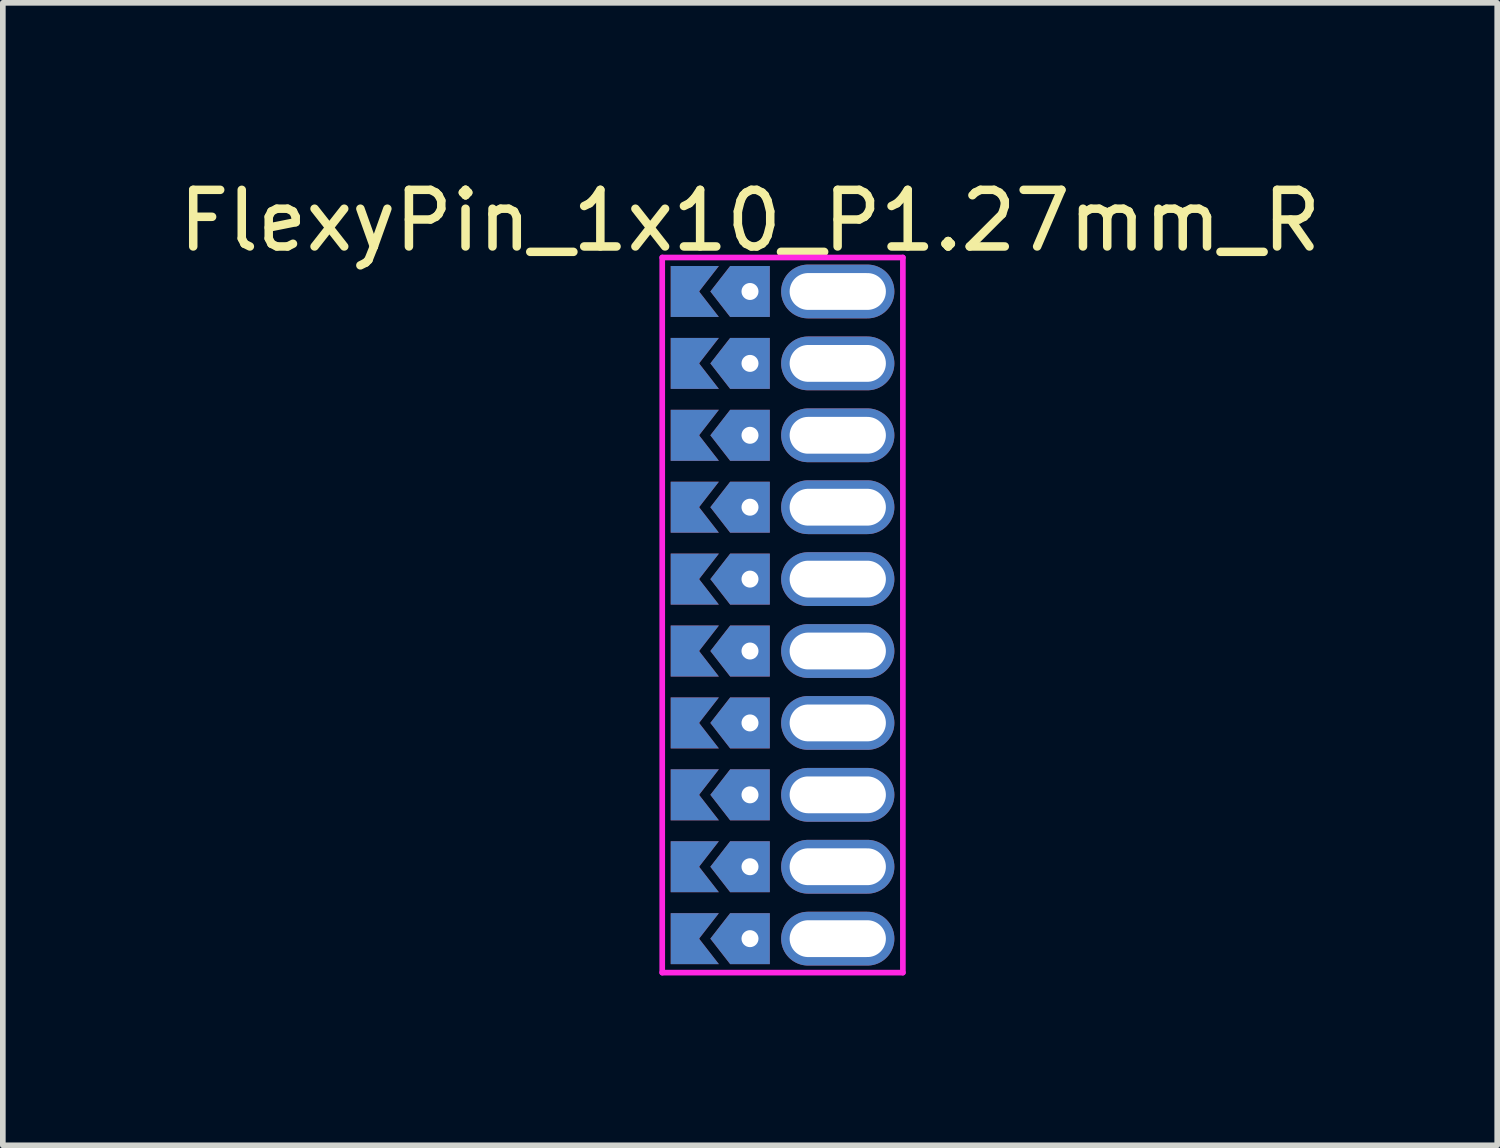
<source format=kicad_pcb>
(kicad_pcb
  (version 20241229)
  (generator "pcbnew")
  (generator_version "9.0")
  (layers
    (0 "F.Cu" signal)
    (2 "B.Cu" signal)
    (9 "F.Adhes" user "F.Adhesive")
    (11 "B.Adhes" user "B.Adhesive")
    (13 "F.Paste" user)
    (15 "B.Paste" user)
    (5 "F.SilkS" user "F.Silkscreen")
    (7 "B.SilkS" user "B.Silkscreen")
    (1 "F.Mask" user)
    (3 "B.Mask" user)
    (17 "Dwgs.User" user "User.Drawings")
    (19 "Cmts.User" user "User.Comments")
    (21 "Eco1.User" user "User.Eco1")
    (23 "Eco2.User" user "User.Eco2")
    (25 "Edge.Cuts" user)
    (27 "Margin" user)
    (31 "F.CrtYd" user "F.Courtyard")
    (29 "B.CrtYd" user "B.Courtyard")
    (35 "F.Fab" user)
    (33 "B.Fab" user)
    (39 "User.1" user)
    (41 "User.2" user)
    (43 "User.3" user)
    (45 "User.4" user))
  (footprint "FlexyPin_1x10_P1.27mm_R"
    (layer "F.Cu")
    (at 10.196 2.098)
    (property "Reference" "FlexyPin_1x10_P1.27mm_R" (at 0 -1.25 0) (layer "F.SilkS") (effects (font (size 1 1) (thickness 0.15))))
    (attr through_hole)
    (fp_line (start -1.55 -0.6) (end 2.7 -0.6) (stroke (width 0.1) (type solid)) (layer "F.CrtYd"))
    (fp_line (start -1.55 12.03) (end -1.55 -0.6) (stroke (width 0.1) (type solid)) (layer "F.CrtYd"))
    (fp_line (start 2.7 -0.6) (end 2.7 12.03) (stroke (width 0.1) (type solid)) (layer "F.CrtYd"))
    (fp_line (start 2.7 12.03) (end -1.55 12.03) (stroke (width 0.1) (type solid)) (layer "F.CrtYd"))
    (pad "" thru_hole custom (at 0 0) (size 0.3 0.3) (drill 0.6) (layers "*.Cu" "*.Mask") (options (anchor rect)) (primitives (gr_poly (pts (xy 0.35 0.45) (xy 0.35 -0.45) (xy -0.35 -0.45) (xy -0.7 0) (xy -0.35 0.45)) (width 0) (fill yes))))
    (pad "" thru_hole custom (at 0 1.27) (size 0.3 0.3) (drill 0.6) (layers "*.Cu" "*.Mask") (options (anchor rect)) (primitives (gr_poly (pts (xy 0.35 0.45) (xy 0.35 -0.45) (xy -0.35 -0.45) (xy -0.7 0) (xy -0.35 0.45)) (width 0) (fill yes))))
    (pad "" thru_hole custom (at 0 2.54) (size 0.3 0.3) (drill 0.6) (layers "*.Cu" "*.Mask") (options (anchor rect)) (primitives (gr_poly (pts (xy 0.35 0.45) (xy 0.35 -0.45) (xy -0.35 -0.45) (xy -0.7 0) (xy -0.35 0.45)) (width 0) (fill yes))))
    (pad "" thru_hole custom (at 0 3.81) (size 0.3 0.3) (drill 0.6) (layers "*.Cu" "*.Mask") (options (anchor rect)) (primitives (gr_poly (pts (xy 0.35 0.45) (xy 0.35 -0.45) (xy -0.35 -0.45) (xy -0.7 0) (xy -0.35 0.45)) (width 0) (fill yes))))
    (pad "" thru_hole custom (at 0 5.08) (size 0.3 0.3) (drill 0.6) (layers "*.Cu" "*.Mask") (options (anchor rect)) (primitives (gr_poly (pts (xy 0.35 0.45) (xy 0.35 -0.45) (xy -0.35 -0.45) (xy -0.7 0) (xy -0.35 0.45)) (width 0) (fill yes))))
    (pad "" thru_hole custom (at 0 6.35) (size 0.3 0.3) (drill 0.6) (layers "*.Cu" "*.Mask") (options (anchor rect)) (primitives (gr_poly (pts (xy 0.35 0.45) (xy 0.35 -0.45) (xy -0.35 -0.45) (xy -0.7 0) (xy -0.35 0.45)) (width 0) (fill yes))))
    (pad "" thru_hole custom (at 0 7.62) (size 0.3 0.3) (drill 0.6) (layers "*.Cu" "*.Mask") (options (anchor rect)) (primitives (gr_poly (pts (xy 0.35 0.45) (xy 0.35 -0.45) (xy -0.35 -0.45) (xy -0.7 0) (xy -0.35 0.45)) (width 0) (fill yes))))
    (pad "" thru_hole custom (at 0 8.89) (size 0.3 0.3) (drill 0.6) (layers "*.Cu" "*.Mask") (options (anchor rect)) (primitives (gr_poly (pts (xy 0.35 0.45) (xy 0.35 -0.45) (xy -0.35 -0.45) (xy -0.7 0) (xy -0.35 0.45)) (width 0) (fill yes))))
    (pad "" thru_hole custom (at 0 10.16) (size 0.3 0.3) (drill 0.6) (layers "*.Cu" "*.Mask") (options (anchor rect)) (primitives (gr_poly (pts (xy 0.35 0.45) (xy 0.35 -0.45) (xy -0.35 -0.45) (xy -0.7 0) (xy -0.35 0.45)) (width 0) (fill yes))))
    (pad "" thru_hole custom (at 0 11.43) (size 0.3 0.3) (drill 0.6) (layers "*.Cu" "*.Mask") (options (anchor rect)) (primitives (gr_poly (pts (xy 0.35 0.45) (xy 0.35 -0.45) (xy -0.35 -0.45) (xy -0.7 0) (xy -0.35 0.45)) (width 0) (fill yes))))
    (pad "" thru_hole oval (at 1.55 0) (size 2 0.95) (drill oval 1.7 0.65) (layers "*.Cu" "*.Mask"))
    (pad "" thru_hole oval (at 1.55 1.27) (size 2 0.95) (drill oval 1.7 0.65) (layers "*.Cu" "*.Mask"))
    (pad "" thru_hole oval (at 1.55 2.54) (size 2 0.95) (drill oval 1.7 0.65) (layers "*.Cu" "*.Mask"))
    (pad "" thru_hole oval (at 1.55 3.81) (size 2 0.95) (drill oval 1.7 0.65) (layers "*.Cu" "*.Mask"))
    (pad "" thru_hole oval (at 1.55 5.08) (size 2 0.95) (drill oval 1.7 0.65) (layers "*.Cu" "*.Mask"))
    (pad "" thru_hole oval (at 1.55 6.35) (size 2 0.95) (drill oval 1.7 0.65) (layers "*.Cu" "*.Mask"))
    (pad "" thru_hole oval (at 1.55 7.62) (size 2 0.95) (drill oval 1.7 0.65) (layers "*.Cu" "*.Mask"))
    (pad "" thru_hole oval (at 1.55 8.89) (size 2 0.95) (drill oval 1.7 0.65) (layers "*.Cu" "*.Mask"))
    (pad "" thru_hole oval (at 1.55 10.16) (size 2 0.95) (drill oval 1.7 0.65) (layers "*.Cu" "*.Mask"))
    (pad "" thru_hole oval (at 1.55 11.43) (size 2 0.95) (drill oval 1.7 0.65) (layers "*.Cu" "*.Mask"))
    (pad "1" smd custom (at -0.9 0) (size 0.01 0.01) (layers "F.Cu" "F.Mask") (options (anchor rect)) (primitives (gr_poly (pts (xy 0 0) (xy 0.35 0.45) (xy -0.5 0.45) (xy -0.5 -0.45) (xy 0.35 -0.45)) (width 0) (fill yes))))
    (pad "2" smd custom (at -0.9 1.27) (size 0.01 0.01) (layers "F.Cu" "F.Mask") (options (anchor rect)) (primitives (gr_poly (pts (xy 0 0) (xy 0.35 0.45) (xy -0.5 0.45) (xy -0.5 -0.45) (xy 0.35 -0.45)) (width 0) (fill yes))))
    (pad "3" smd custom (at -0.9 2.54) (size 0.01 0.01) (layers "F.Cu" "F.Mask") (options (anchor rect)) (primitives (gr_poly (pts (xy 0 0) (xy 0.35 0.45) (xy -0.5 0.45) (xy -0.5 -0.45) (xy 0.35 -0.45)) (width 0) (fill yes))))
    (pad "4" smd custom (at -0.9 3.81) (size 0.01 0.01) (layers "F.Cu" "F.Mask") (options (anchor rect)) (primitives (gr_poly (pts (xy 0 0) (xy 0.35 0.45) (xy -0.5 0.45) (xy -0.5 -0.45) (xy 0.35 -0.45)) (width 0) (fill yes))))
    (pad "5" smd custom (at -0.9 5.08) (size 0.01 0.01) (layers "F.Cu" "F.Mask") (options (anchor rect)) (primitives (gr_poly (pts (xy 0 0) (xy 0.35 0.45) (xy -0.5 0.45) (xy -0.5 -0.45) (xy 0.35 -0.45)) (width 0) (fill yes))))
    (pad "6" smd custom (at -0.9 6.35) (size 0.01 0.01) (layers "F.Cu" "F.Mask") (options (anchor rect)) (primitives (gr_poly (pts (xy 0 0) (xy 0.35 0.45) (xy -0.5 0.45) (xy -0.5 -0.45) (xy 0.35 -0.45)) (width 0) (fill yes))))
    (pad "7" smd custom (at -0.9 7.62) (size 0.01 0.01) (layers "F.Cu" "F.Mask") (options (anchor rect)) (primitives (gr_poly (pts (xy 0 0) (xy 0.35 0.45) (xy -0.5 0.45) (xy -0.5 -0.45) (xy 0.35 -0.45)) (width 0) (fill yes))))
    (pad "8" smd custom (at -0.9 8.89) (size 0.01 0.01) (layers "F.Cu" "F.Mask") (options (anchor rect)) (primitives (gr_poly (pts (xy 0 0) (xy 0.35 0.45) (xy -0.5 0.45) (xy -0.5 -0.45) (xy 0.35 -0.45)) (width 0) (fill yes))))
    (pad "9" smd custom (at -0.9 10.16) (size 0.01 0.01) (layers "F.Cu" "F.Mask") (options (anchor rect)) (primitives (gr_poly (pts (xy 0 0) (xy 0.35 0.45) (xy -0.5 0.45) (xy -0.5 -0.45) (xy 0.35 -0.45)) (width 0) (fill yes))))
    (pad "10" smd custom (at -0.9 11.43) (size 0.01 0.01) (layers "F.Cu" "F.Mask") (options (anchor rect)) (primitives (gr_poly (pts (xy 0 0) (xy 0.35 0.45) (xy -0.5 0.45) (xy -0.5 -0.45) (xy 0.35 -0.45)) (width 0) (fill yes))))
    (pad "11" smd custom (at -0.9 0) (size 0.01 0.01) (layers "B.Cu" "B.Mask") (options (anchor rect)) (primitives (gr_poly (pts (xy 0 0) (xy 0.35 0.45) (xy -0.5 0.45) (xy -0.5 -0.45) (xy 0.35 -0.45)) (width 0) (fill yes))))
    (pad "12" smd custom (at -0.9 1.27) (size 0.01 0.01) (layers "B.Cu" "B.Mask") (options (anchor rect)) (primitives (gr_poly (pts (xy 0 0) (xy 0.35 0.45) (xy -0.5 0.45) (xy -0.5 -0.45) (xy 0.35 -0.45)) (width 0) (fill yes))))
    (pad "13" smd custom (at -0.9 2.54) (size 0.01 0.01) (layers "B.Cu" "B.Mask") (options (anchor rect)) (primitives (gr_poly (pts (xy 0 0) (xy 0.35 0.45) (xy -0.5 0.45) (xy -0.5 -0.45) (xy 0.35 -0.45)) (width 0) (fill yes))))
    (pad "14" smd custom (at -0.9 3.81) (size 0.01 0.01) (layers "B.Cu" "B.Mask") (options (anchor rect)) (primitives (gr_poly (pts (xy 0 0) (xy 0.35 0.45) (xy -0.5 0.45) (xy -0.5 -0.45) (xy 0.35 -0.45)) (width 0) (fill yes))))
    (pad "15" smd custom (at -0.9 5.08) (size 0.01 0.01) (layers "B.Cu" "B.Mask") (options (anchor rect)) (primitives (gr_poly (pts (xy 0 0) (xy 0.35 0.45) (xy -0.5 0.45) (xy -0.5 -0.45) (xy 0.35 -0.45)) (width 0) (fill yes))))
    (pad "16" smd custom (at -0.9 6.35) (size 0.01 0.01) (layers "B.Cu" "B.Mask") (options (anchor rect)) (primitives (gr_poly (pts (xy 0 0) (xy 0.35 0.45) (xy -0.5 0.45) (xy -0.5 -0.45) (xy 0.35 -0.45)) (width 0) (fill yes))))
    (pad "17" smd custom (at -0.9 7.62) (size 0.01 0.01) (layers "B.Cu" "B.Mask") (options (anchor rect)) (primitives (gr_poly (pts (xy 0 0) (xy 0.35 0.45) (xy -0.5 0.45) (xy -0.5 -0.45) (xy 0.35 -0.45)) (width 0) (fill yes))))
    (pad "18" smd custom (at -0.9 8.89) (size 0.01 0.01) (layers "B.Cu" "B.Mask") (options (anchor rect)) (primitives (gr_poly (pts (xy 0 0) (xy 0.35 0.45) (xy -0.5 0.45) (xy -0.5 -0.45) (xy 0.35 -0.45)) (width 0) (fill yes))))
    (pad "19" smd custom (at -0.9 10.16) (size 0.01 0.01) (layers "B.Cu" "B.Mask") (options (anchor rect)) (primitives (gr_poly (pts (xy 0 0) (xy 0.35 0.45) (xy -0.5 0.45) (xy -0.5 -0.45) (xy 0.35 -0.45)) (width 0) (fill yes))))
    (pad "20" smd custom (at -0.9 11.43) (size 0.01 0.01) (layers "B.Cu" "B.Mask") (options (anchor rect)) (primitives (gr_poly (pts (xy 0 0) (xy 0.35 0.45) (xy -0.5 0.45) (xy -0.5 -0.45) (xy 0.35 -0.45)) (width 0) (fill yes)))))
  (gr_rect
    (start -3 -3)
    (end 23.393 17.178)
    (stroke (width 0.1) (type default))
    (fill no)
    (layer "Edge.Cuts")))
</source>
